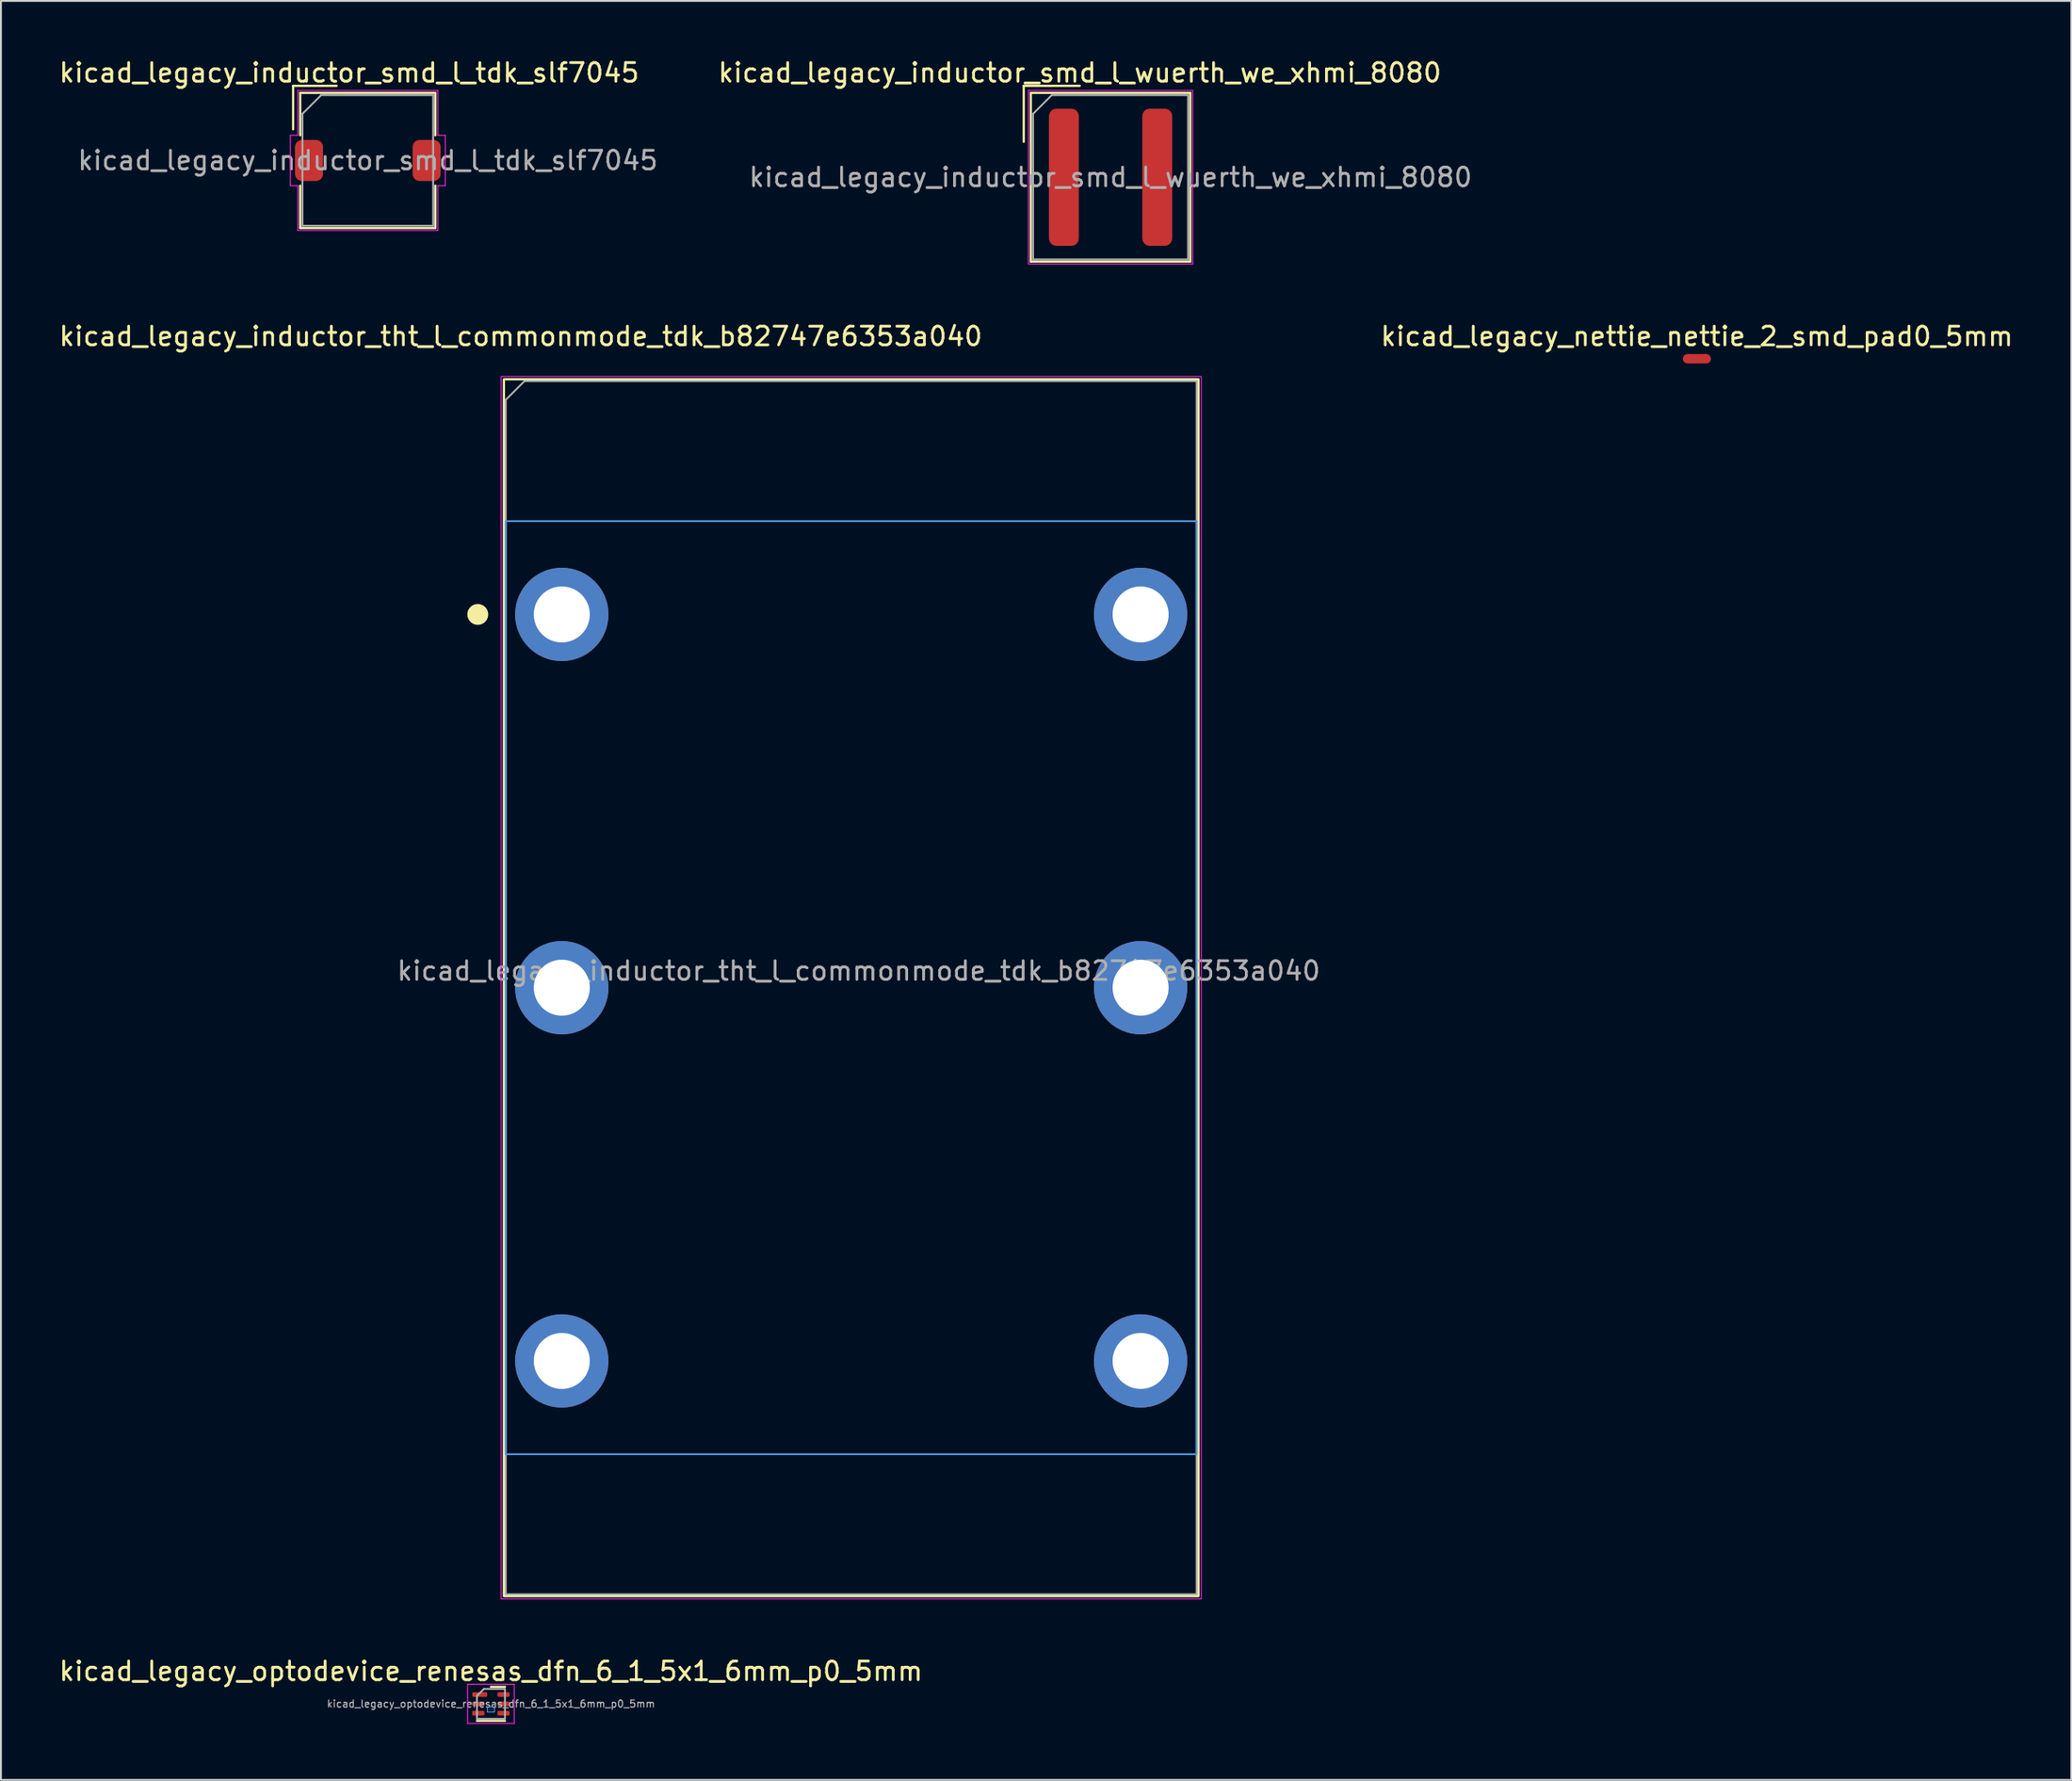
<source format=kicad_pcb>
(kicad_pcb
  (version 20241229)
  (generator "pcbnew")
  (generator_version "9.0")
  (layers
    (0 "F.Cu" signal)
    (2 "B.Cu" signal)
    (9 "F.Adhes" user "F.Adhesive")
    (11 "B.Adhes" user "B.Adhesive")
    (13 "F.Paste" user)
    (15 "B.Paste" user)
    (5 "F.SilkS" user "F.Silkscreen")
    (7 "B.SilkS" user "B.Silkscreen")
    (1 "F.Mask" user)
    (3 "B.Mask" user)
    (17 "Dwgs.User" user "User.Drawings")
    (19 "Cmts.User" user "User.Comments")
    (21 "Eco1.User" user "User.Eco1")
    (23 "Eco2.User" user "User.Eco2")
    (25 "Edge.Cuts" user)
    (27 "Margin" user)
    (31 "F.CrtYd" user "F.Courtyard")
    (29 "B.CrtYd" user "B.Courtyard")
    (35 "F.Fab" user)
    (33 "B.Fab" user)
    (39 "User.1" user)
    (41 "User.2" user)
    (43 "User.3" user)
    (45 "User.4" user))
  (footprint "kicad_legacy_inductor_smd_l_tdk_slf7045"
    (layer "F.Cu")
    (at 16.649 5.548)
    (property "Reference" "kicad_legacy_inductor_smd_l_tdk_slf7045" (at -1 -4.7 0) (layer "F.SilkS") (effects (font (size 1 1) (thickness 0.15))))
    (attr smd)
    (fp_line (start -4 -4) (end -1.67 -4) (stroke (width 0.12) (type solid)) (layer "F.SilkS"))
    (fp_line (start -4 -1.67) (end -4 -4) (stroke (width 0.12) (type solid)) (layer "F.SilkS"))
    (fp_line (start -3.62 -3.62) (end -3.62 -1.35) (stroke (width 0.12) (type solid)) (layer "F.SilkS"))
    (fp_line (start -3.62 -3.62) (end 3.62 -3.62) (stroke (width 0.12) (type solid)) (layer "F.SilkS"))
    (fp_line (start -3.62 1.35) (end -3.62 3.62) (stroke (width 0.12) (type solid)) (layer "F.SilkS"))
    (fp_line (start -3.62 3.62) (end 3.62 3.62) (stroke (width 0.12) (type solid)) (layer "F.SilkS"))
    (fp_line (start 3.62 -3.62) (end 3.62 -1.35) (stroke (width 0.12) (type solid)) (layer "F.SilkS"))
    (fp_line (start 3.62 1.35) (end 3.62 3.62) (stroke (width 0.12) (type solid)) (layer "F.SilkS"))
    (fp_line (start -4.15 -1.35) (end -4.15 1.35) (stroke (width 0.05) (type solid)) (layer "F.CrtYd"))
    (fp_line (start -4.15 1.35) (end -3.75 1.35) (stroke (width 0.05) (type solid)) (layer "F.CrtYd"))
    (fp_line (start -3.75 -3.75) (end -3.75 -1.35) (stroke (width 0.05) (type solid)) (layer "F.CrtYd"))
    (fp_line (start -3.75 -3.75) (end 3.75 -3.75) (stroke (width 0.05) (type solid)) (layer "F.CrtYd"))
    (fp_line (start -3.75 -1.35) (end -4.15 -1.35) (stroke (width 0.05) (type solid)) (layer "F.CrtYd"))
    (fp_line (start -3.75 1.35) (end -3.75 3.75) (stroke (width 0.05) (type solid)) (layer "F.CrtYd"))
    (fp_line (start -3.75 3.75) (end 3.75 3.75) (stroke (width 0.05) (type solid)) (layer "F.CrtYd"))
    (fp_line (start 3.75 -3.75) (end 3.75 -1.35) (stroke (width 0.05) (type solid)) (layer "F.CrtYd"))
    (fp_line (start 3.75 -1.35) (end 4.15 -1.35) (stroke (width 0.05) (type solid)) (layer "F.CrtYd"))
    (fp_line (start 3.75 1.35) (end 3.75 3.75) (stroke (width 0.05) (type solid)) (layer "F.CrtYd"))
    (fp_line (start 4.15 -1.35) (end 4.15 1.35) (stroke (width 0.05) (type solid)) (layer "F.CrtYd"))
    (fp_line (start 4.15 1.35) (end 3.75 1.35) (stroke (width 0.05) (type solid)) (layer "F.CrtYd"))
    (fp_line (start -3.5 -2.5) (end -2.5 -3.5) (stroke (width 0.1) (type solid)) (layer "F.Fab"))
    (fp_line (start -3.5 3.5) (end -3.5 -2.5) (stroke (width 0.1) (type solid)) (layer "F.Fab"))
    (fp_line (start -2.5 -3.5) (end 3.5 -3.5) (stroke (width 0.1) (type solid)) (layer "F.Fab"))
    (fp_line (start 3.5 -3.5) (end 3.5 3.5) (stroke (width 0.1) (type solid)) (layer "F.Fab"))
    (fp_line (start 3.5 3.5) (end -3.5 3.5) (stroke (width 0.1) (type solid)) (layer "F.Fab"))
    (fp_text user "${REFERENCE}" (at 0 0 0) (layer "F.Fab") (effects (font (size 1 1) (thickness 0.15))))
    (pad "1" smd roundrect (at -3.15 0) (size 1.5 2.2) (layers "F.Cu" "F.Mask" "F.Paste") (roundrect_rratio 0.25))
    (pad "2" smd roundrect (at 3.15 0) (size 1.5 2.2) (layers "F.Cu" "F.Mask" "F.Paste") (roundrect_rratio 0.25)))
  (footprint "kicad_legacy_inductor_smd_l_wuerth_we_xhmi_8080"
    (layer "F.Cu")
    (at 56.43 6.448)
    (property "Reference" "kicad_legacy_inductor_smd_l_wuerth_we_xhmi_8080" (at -1.65 -5.6 0) (layer "F.SilkS") (effects (font (size 1 1) (thickness 0.15))))
    (attr smd)
    (fp_line (start -4.65 -4.9) (end -1.65 -4.9) (stroke (width 0.12) (type solid)) (layer "F.SilkS"))
    (fp_line (start -4.65 -1.9) (end -4.65 -4.9) (stroke (width 0.12) (type solid)) (layer "F.SilkS"))
    (fp_line (start -4.27 -4.52) (end -4.27 4.52) (stroke (width 0.12) (type solid)) (layer "F.SilkS"))
    (fp_line (start -4.27 -4.52) (end 4.27 -4.52) (stroke (width 0.12) (type solid)) (layer "F.SilkS"))
    (fp_line (start -4.27 4.52) (end 4.27 4.52) (stroke (width 0.12) (type solid)) (layer "F.SilkS"))
    (fp_line (start 4.27 -4.52) (end 4.27 4.52) (stroke (width 0.12) (type solid)) (layer "F.SilkS"))
    (fp_line (start -4.4 -4.65) (end -4.4 4.65) (stroke (width 0.05) (type solid)) (layer "F.CrtYd"))
    (fp_line (start -4.4 -4.65) (end 4.4 -4.65) (stroke (width 0.05) (type solid)) (layer "F.CrtYd"))
    (fp_line (start -4.4 4.65) (end 4.4 4.65) (stroke (width 0.05) (type solid)) (layer "F.CrtYd"))
    (fp_line (start 4.4 -4.65) (end 4.4 4.65) (stroke (width 0.05) (type solid)) (layer "F.CrtYd"))
    (fp_line (start -4.15 -3.4) (end -3.15 -4.4) (stroke (width 0.1) (type solid)) (layer "F.Fab"))
    (fp_line (start -4.15 4.4) (end -4.15 -3.4) (stroke (width 0.1) (type solid)) (layer "F.Fab"))
    (fp_line (start -3.15 -4.4) (end 4.15 -4.4) (stroke (width 0.1) (type solid)) (layer "F.Fab"))
    (fp_line (start 4.15 -4.4) (end 4.15 4.4) (stroke (width 0.1) (type solid)) (layer "F.Fab"))
    (fp_line (start 4.15 4.4) (end -4.15 4.4) (stroke (width 0.1) (type solid)) (layer "F.Fab"))
    (fp_text user "${REFERENCE}" (at 0 0 0) (layer "F.Fab") (effects (font (size 1 1) (thickness 0.15))))
    (pad "1" smd roundrect (at -2.5 0) (size 1.6 7.35) (layers "F.Cu" "F.Mask" "F.Paste") (roundrect_rratio 0.25))
    (pad "2" smd roundrect (at 2.5 0) (size 1.6 7.35) (layers "F.Cu" "F.Mask" "F.Paste") (roundrect_rratio 0.25)))
  (footprint "kicad_legacy_nettie_nettie_2_smd_pad0_5mm"
    (layer "F.Cu")
    (at 87.832 16.172)
    (property "Reference" "kicad_legacy_nettie_nettie_2_smd_pad0_5mm" (at 0 -1.2 0) (layer "F.SilkS") (effects (font (size 1 1) (thickness 0.15))))
    (attr exclude_from_pos_files exclude_from_bom allow_missing_courtyard)
    (fp_poly (pts (xy -0.5 -0.25) (xy 0.5 -0.25) (xy 0.5 0.25) (xy -0.5 0.25)) (stroke (width 0) (type solid)) (fill yes) (layer "F.Cu"))
    (pad "1" smd circle (at -0.5 0) (size 0.5 0.5) (layers "F.Cu"))
    (pad "2" smd circle (at 0.5 0) (size 0.5 0.5) (layers "F.Cu")))
  (footprint "kicad_legacy_optodevice_renesas_dfn_6_1_5x1_6mm_p0_5mm"
    (layer "F.Cu")
    (at 23.244 88.245)
    (property "Reference" "kicad_legacy_optodevice_renesas_dfn_6_1_5x1_6mm_p0_5mm" (at 0 -1.75 0) (layer "F.SilkS") (effects (font (size 1 1) (thickness 0.15))))
    (attr smd)
    (fp_line (start -0.75 0.91) (end 0.75 0.91) (stroke (width 0.12) (type solid)) (layer "F.SilkS"))
    (fp_line (start 0 -0.91) (end 0.75 -0.91) (stroke (width 0.12) (type solid)) (layer "F.SilkS"))
    (fp_rect (start -0.19 0.16) (end 0.19 0.44) (stroke (width 0.05) (type default)) (fill no) (layer "Cmts.User"))
    (fp_line (start -1.25 -1.05) (end -1.25 1.05) (stroke (width 0.05) (type solid)) (layer "F.CrtYd"))
    (fp_line (start -1.25 1.05) (end 1.25 1.05) (stroke (width 0.05) (type solid)) (layer "F.CrtYd"))
    (fp_line (start 1.25 -1.05) (end -1.25 -1.05) (stroke (width 0.05) (type solid)) (layer "F.CrtYd"))
    (fp_line (start 1.25 1.05) (end 1.25 -1.05) (stroke (width 0.05) (type solid)) (layer "F.CrtYd"))
    (fp_line (start -0.75 -0.425) (end -0.375 -0.8) (stroke (width 0.1) (type solid)) (layer "F.Fab"))
    (fp_line (start -0.75 0.8) (end -0.75 -0.425) (stroke (width 0.1) (type solid)) (layer "F.Fab"))
    (fp_line (start -0.375 -0.8) (end 0.75 -0.8) (stroke (width 0.1) (type solid)) (layer "F.Fab"))
    (fp_line (start 0.75 -0.8) (end 0.75 0.8) (stroke (width 0.1) (type solid)) (layer "F.Fab"))
    (fp_line (start 0.75 0.8) (end -0.75 0.8) (stroke (width 0.1) (type solid)) (layer "F.Fab"))
    (fp_text user "SENSOR" (at -0.15 0.325 0) (unlocked yes) (layer "Cmts.User") (effects (font (size 0.05 0.05) (thickness 0.005)) (justify left bottom)))
    (fp_text user "${REFERENCE}" (at 0 0 0) (layer "F.Fab") (effects (font (size 0.38 0.38) (thickness 0.06))))
    (pad "1" smd roundrect (at -0.6 -0.5) (size 0.8 0.25) (layers "F.Cu" "F.Mask" "F.Paste") (roundrect_rratio 0.25))
    (pad "2" smd roundrect (at -0.675 0) (size 0.65 0.25) (layers "F.Cu" "F.Mask" "F.Paste") (roundrect_rratio 0.25))
    (pad "3" smd roundrect (at -0.675 0.5) (size 0.65 0.25) (layers "F.Cu" "F.Mask" "F.Paste") (roundrect_rratio 0.25))
    (pad "4" smd roundrect (at 0.675 0.5) (size 0.65 0.25) (layers "F.Cu" "F.Mask" "F.Paste") (roundrect_rratio 0.25))
    (pad "5" smd roundrect (at 0.675 0) (size 0.65 0.25) (layers "F.Cu" "F.Mask" "F.Paste") (roundrect_rratio 0.25))
    (pad "6" smd roundrect (at 0.675 -0.5) (size 0.65 0.25) (layers "F.Cu" "F.Mask" "F.Paste") (roundrect_rratio 0.25)))
  (footprint "kicad_legacy_inductor_tht_l_commonmode_tdk_b82747e6353a040"
    (layer "F.Cu")
    (at 27.039 29.872)
    (property "Reference" "kicad_legacy_inductor_tht_l_commonmode_tdk_b82747e6353a040" (at -2.2 -14.9 0) (unlocked yes) (layer "F.SilkS") (effects (font (size 1 1) (thickness 0.15))))
    (attr through_hole)
    (fp_rect (start -3.1 52.6) (end 34.1 -12.6) (stroke (width 0.12) (type default)) (fill no) (layer "F.SilkS"))
    (fp_circle (center -4.5 0) (end -4.5 -0.5) (stroke (width 0.12) (type solid)) (fill yes) (layer "F.SilkS"))
    (fp_rect (start -3 45) (end 34 -5) (stroke (width 0.1) (type default)) (fill no) (layer "Cmts.User"))
    (fp_rect (start -3.25 52.75) (end 34.25 -12.75) (stroke (width 0.05) (type default)) (fill no) (layer "F.CrtYd"))
    (fp_line (start -3 -11.5) (end -3 52.5) (stroke (width 0.1) (type default)) (layer "F.Fab"))
    (fp_line (start -3 -11.5) (end -2 -12.5) (stroke (width 0.1) (type default)) (layer "F.Fab"))
    (fp_line (start -3 52.5) (end 34 52.5) (stroke (width 0.1) (type default)) (layer "F.Fab"))
    (fp_line (start 34 -12.5) (end -2 -12.5) (stroke (width 0.1) (type default)) (layer "F.Fab"))
    (fp_line (start 34 -12.5) (end 34 52.5) (stroke (width 0.1) (type default)) (layer "F.Fab"))
    (fp_text user "${REFERENCE}" (at 15.9 19.1 0) (unlocked yes) (layer "F.Fab") (effects (font (size 1 1) (thickness 0.15))))
    (pad "1" thru_hole circle (at 0 0 90) (size 5 5) (drill 3) (layers "*.Cu" "*.Mask"))
    (pad "2" thru_hole circle (at 0 20 90) (size 5 5) (drill 3) (layers "*.Cu" "*.Mask"))
    (pad "3" thru_hole circle (at 0 40 90) (size 5 5) (drill 3) (layers "*.Cu" "*.Mask"))
    (pad "4" thru_hole circle (at 31 40 90) (size 5 5) (drill 3) (layers "*.Cu" "*.Mask"))
    (pad "5" thru_hole circle (at 31 20 90) (size 5 5) (drill 3) (layers "*.Cu" "*.Mask"))
    (pad "6" thru_hole circle (at 31 0 90) (size 5 5) (drill 3) (layers "*.Cu" "*.Mask")))
  (gr_rect
    (start -3 -3)
    (end 107.886 92.32)
    (stroke (width 0.1) (type default))
    (fill no)
    (layer "Edge.Cuts")))
</source>
